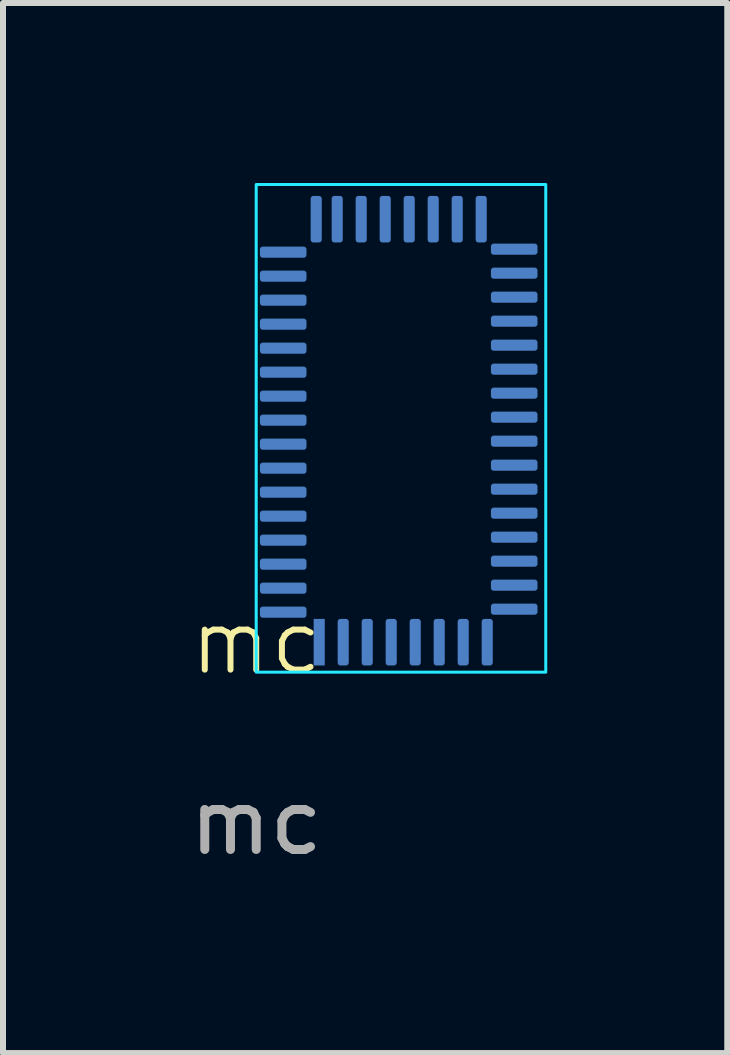
<source format=kicad_pcb>
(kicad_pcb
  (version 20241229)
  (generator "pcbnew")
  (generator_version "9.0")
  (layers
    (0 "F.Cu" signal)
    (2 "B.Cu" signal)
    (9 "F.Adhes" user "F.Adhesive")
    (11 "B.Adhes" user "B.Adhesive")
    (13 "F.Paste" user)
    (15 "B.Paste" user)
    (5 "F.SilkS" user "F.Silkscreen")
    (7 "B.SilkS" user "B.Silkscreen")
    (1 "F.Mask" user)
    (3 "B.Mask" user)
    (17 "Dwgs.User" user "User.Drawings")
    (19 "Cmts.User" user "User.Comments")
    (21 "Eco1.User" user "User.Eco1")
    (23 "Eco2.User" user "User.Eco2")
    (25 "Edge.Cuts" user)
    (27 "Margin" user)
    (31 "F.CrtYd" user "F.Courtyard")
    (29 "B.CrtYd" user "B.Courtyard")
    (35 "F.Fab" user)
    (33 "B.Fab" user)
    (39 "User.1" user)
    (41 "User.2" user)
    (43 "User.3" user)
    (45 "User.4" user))
  (footprint "mc"
    (layer "F.Cu")
    (at 1.22 8.153)
    (property "Reference" "mc" (at 0 -0.5 0) (unlocked yes) (layer "F.SilkS") (effects (font (size 1 1) (thickness 0.1))))
    (attr smd)
    (fp_rect (start 0 -8.128) (end 4.826 0) (stroke (width 0.05) (type solid)) (fill no) (layer "B.CrtYd"))
    (fp_text user "${REFERENCE}" (at 0 2.5 0) (unlocked yes) (layer "F.Fab") (effects (font (size 1 1) (thickness 0.15))))
    (pad "1" smd rect (at 1.05 -0.5 90) (size 0.776 0.185) (layers "F.Mask" "B.Cu" "F.Paste"))
    (pad "2" smd roundrect (at 1.45 -0.5 90) (size 0.776 0.185) (layers "F.Mask" "B.Cu" "F.Paste") (roundrect_rratio 0.25))
    (pad "3" smd roundrect (at 1.85 -0.5 90) (size 0.776 0.185) (layers "F.Mask" "B.Cu" "F.Paste") (roundrect_rratio 0.25))
    (pad "4" smd roundrect (at 2.25 -0.5 90) (size 0.776 0.185) (layers "F.Mask" "B.Cu" "F.Paste") (roundrect_rratio 0.25))
    (pad "5" smd roundrect (at 2.65 -0.5 90) (size 0.776 0.185) (layers "F.Mask" "B.Cu" "F.Paste") (roundrect_rratio 0.25))
    (pad "6" smd roundrect (at 3.05 -0.5 90) (size 0.776 0.185) (layers "F.Mask" "B.Cu" "F.Paste") (roundrect_rratio 0.25))
    (pad "7" smd roundrect (at 3.45 -0.5 90) (size 0.776 0.185) (layers "F.Mask" "B.Cu" "F.Paste") (roundrect_rratio 0.25))
    (pad "8" smd roundrect (at 3.85 -0.5 90) (size 0.776 0.185) (layers "F.Mask" "B.Cu" "F.Paste") (roundrect_rratio 0.25))
    (pad "9" smd roundrect (at 4.3 -1.05) (size 0.776 0.185) (layers "F.Mask" "B.Cu" "F.Paste") (roundrect_rratio 0.25))
    (pad "10" smd roundrect (at 4.3 -1.45) (size 0.776 0.185) (layers "F.Mask" "B.Cu" "F.Paste") (roundrect_rratio 0.25))
    (pad "11" smd roundrect (at 4.3 -1.85) (size 0.776 0.185) (layers "F.Mask" "B.Cu" "F.Paste") (roundrect_rratio 0.25))
    (pad "12" smd roundrect (at 4.3 -2.25) (size 0.776 0.185) (layers "F.Mask" "B.Cu" "F.Paste") (roundrect_rratio 0.25))
    (pad "13" smd roundrect (at 4.3 -2.65) (size 0.776 0.185) (layers "F.Mask" "B.Cu" "F.Paste") (roundrect_rratio 0.25))
    (pad "14" smd roundrect (at 4.3 -3.05) (size 0.776 0.185) (layers "F.Mask" "B.Cu" "F.Paste") (roundrect_rratio 0.25))
    (pad "15" smd roundrect (at 4.3 -3.45) (size 0.776 0.185) (layers "F.Mask" "B.Cu" "F.Paste") (roundrect_rratio 0.25))
    (pad "16" smd roundrect (at 4.3 -3.85) (size 0.776 0.185) (layers "F.Mask" "B.Cu" "F.Paste") (roundrect_rratio 0.25))
    (pad "17" smd roundrect (at 4.3 -4.25) (size 0.776 0.185) (layers "F.Mask" "B.Cu" "F.Paste") (roundrect_rratio 0.25))
    (pad "18" smd roundrect (at 4.3 -4.65) (size 0.776 0.185) (layers "F.Mask" "B.Cu" "F.Paste") (roundrect_rratio 0.25))
    (pad "19" smd roundrect (at 4.3 -5.05) (size 0.776 0.185) (layers "F.Mask" "B.Cu" "F.Paste") (roundrect_rratio 0.25))
    (pad "20" smd roundrect (at 4.3 -5.45) (size 0.776 0.185) (layers "F.Mask" "B.Cu" "F.Paste") (roundrect_rratio 0.25))
    (pad "21" smd roundrect (at 4.3 -5.85) (size 0.776 0.185) (layers "F.Mask" "B.Cu" "F.Paste") (roundrect_rratio 0.25))
    (pad "22" smd roundrect (at 4.3 -6.25) (size 0.776 0.185) (layers "F.Mask" "B.Cu" "F.Paste") (roundrect_rratio 0.25))
    (pad "23" smd roundrect (at 4.3 -6.65) (size 0.776 0.185) (layers "F.Mask" "B.Cu" "F.Paste") (roundrect_rratio 0.25))
    (pad "24" smd roundrect (at 4.3 -7.05) (size 0.776 0.185) (layers "F.Mask" "B.Cu" "F.Paste") (roundrect_rratio 0.25))
    (pad "25" smd roundrect (at 3.75 -7.55 90) (size 0.776 0.185) (layers "F.Mask" "B.Cu" "F.Paste") (roundrect_rratio 0.25))
    (pad "26" smd roundrect (at 3.35 -7.55 90) (size 0.776 0.185) (layers "F.Mask" "B.Cu" "F.Paste") (roundrect_rratio 0.25))
    (pad "27" smd roundrect (at 2.95 -7.55 90) (size 0.776 0.185) (layers "F.Mask" "B.Cu" "F.Paste") (roundrect_rratio 0.25))
    (pad "28" smd roundrect (at 2.55 -7.55 90) (size 0.776 0.185) (layers "F.Mask" "B.Cu" "F.Paste") (roundrect_rratio 0.25))
    (pad "29" smd roundrect (at 2.15 -7.55 90) (size 0.776 0.185) (layers "F.Mask" "B.Cu" "F.Paste") (roundrect_rratio 0.25))
    (pad "30" smd roundrect (at 1.75 -7.55 90) (size 0.776 0.185) (layers "F.Mask" "B.Cu" "F.Paste") (roundrect_rratio 0.25))
    (pad "31" smd roundrect (at 1.35 -7.55 90) (size 0.776 0.185) (layers "F.Mask" "B.Cu" "F.Paste") (roundrect_rratio 0.25))
    (pad "32" smd roundrect (at 1 -7.55 90) (size 0.776 0.185) (layers "F.Mask" "B.Cu" "F.Paste") (roundrect_rratio 0.25))
    (pad "33" smd roundrect (at 0.45 -7) (size 0.776 0.185) (layers "F.Mask" "B.Cu" "F.Paste") (roundrect_rratio 0.25))
    (pad "34" smd roundrect (at 0.45 -6.6) (size 0.776 0.185) (layers "F.Mask" "B.Cu" "F.Paste") (roundrect_rratio 0.25))
    (pad "35" smd roundrect (at 0.45 -6.2) (size 0.776 0.185) (layers "F.Mask" "B.Cu" "F.Paste") (roundrect_rratio 0.25))
    (pad "36" smd roundrect (at 0.45 -5.8) (size 0.776 0.185) (layers "F.Mask" "B.Cu" "F.Paste") (roundrect_rratio 0.25))
    (pad "37" smd roundrect (at 0.45 -5.4) (size 0.776 0.185) (layers "F.Mask" "B.Cu" "F.Paste") (roundrect_rratio 0.25))
    (pad "38" smd roundrect (at 0.45 -5) (size 0.776 0.185) (layers "F.Mask" "B.Cu" "F.Paste") (roundrect_rratio 0.25))
    (pad "39" smd roundrect (at 0.45 -4.6) (size 0.776 0.185) (layers "F.Mask" "B.Cu" "F.Paste") (roundrect_rratio 0.25))
    (pad "40" smd roundrect (at 0.45 -4.2) (size 0.776 0.185) (layers "F.Mask" "B.Cu" "F.Paste") (roundrect_rratio 0.25))
    (pad "41" smd roundrect (at 0.45 -3.8) (size 0.776 0.185) (layers "F.Mask" "B.Cu" "F.Paste") (roundrect_rratio 0.25))
    (pad "42" smd roundrect (at 0.45 -3.4) (size 0.776 0.185) (layers "F.Mask" "B.Cu" "F.Paste") (roundrect_rratio 0.25))
    (pad "43" smd roundrect (at 0.45 -3) (size 0.776 0.185) (layers "F.Mask" "B.Cu" "F.Paste") (roundrect_rratio 0.25))
    (pad "44" smd roundrect (at 0.45 -2.6) (size 0.776 0.185) (layers "F.Mask" "B.Cu" "F.Paste") (roundrect_rratio 0.25))
    (pad "45" smd roundrect (at 0.45 -2.2) (size 0.776 0.185) (layers "F.Mask" "B.Cu" "F.Paste") (roundrect_rratio 0.25))
    (pad "46" smd roundrect (at 0.45 -1.8) (size 0.776 0.185) (layers "F.Mask" "B.Cu" "F.Paste") (roundrect_rratio 0.25))
    (pad "47" smd roundrect (at 0.45 -1.4) (size 0.776 0.185) (layers "F.Mask" "B.Cu" "F.Paste") (roundrect_rratio 0.25))
    (pad "48" smd roundrect (at 0.45 -1) (size 0.776 0.185) (layers "F.Mask" "B.Cu" "F.Paste") (roundrect_rratio 0.25)))
  (gr_rect
    (start -3 -3)
    (end 9.071 14.501)
    (stroke (width 0.1) (type default))
    (fill no)
    (layer "Edge.Cuts")))
</source>
